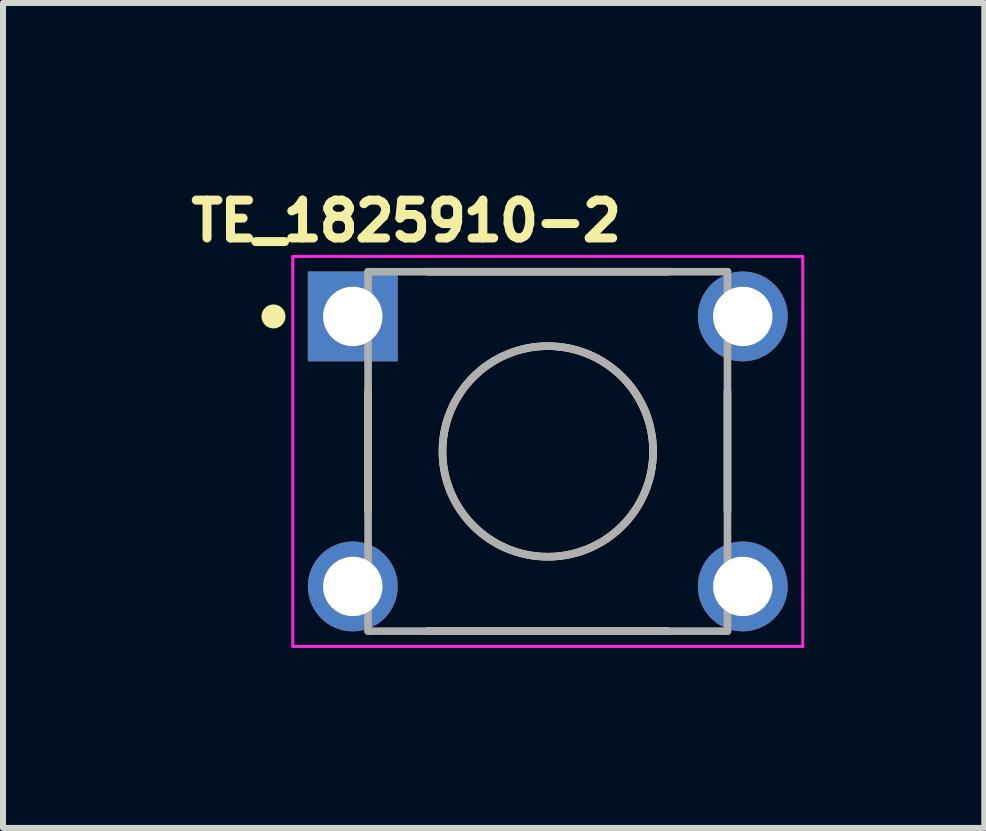
<source format=kicad_pcb>
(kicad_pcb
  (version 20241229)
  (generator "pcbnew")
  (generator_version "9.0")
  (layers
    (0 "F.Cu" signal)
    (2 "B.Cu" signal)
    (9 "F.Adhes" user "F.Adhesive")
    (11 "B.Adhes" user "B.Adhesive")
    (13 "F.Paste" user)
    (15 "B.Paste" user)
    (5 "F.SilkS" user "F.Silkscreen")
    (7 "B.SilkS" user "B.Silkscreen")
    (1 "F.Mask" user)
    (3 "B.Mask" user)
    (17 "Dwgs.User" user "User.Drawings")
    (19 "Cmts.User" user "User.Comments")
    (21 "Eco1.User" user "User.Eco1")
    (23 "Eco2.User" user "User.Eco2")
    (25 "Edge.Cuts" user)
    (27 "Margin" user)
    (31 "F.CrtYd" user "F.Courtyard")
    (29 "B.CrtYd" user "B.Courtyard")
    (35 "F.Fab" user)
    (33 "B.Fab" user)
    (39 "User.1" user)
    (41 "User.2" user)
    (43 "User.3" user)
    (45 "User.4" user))
  (footprint "TE_1825910-2"
    (layer "F.Cu")
    (at 2.83 2.224)
    (property "Reference" "TE_1825910-2" (at 0.891 -1.592 0) (layer "F.SilkS") (effects (font (size 0.631 0.631) (thickness 0.15))))
    (attr through_hole)
    (fp_line (start 0.255 1.25) (end 0.255 3.25) (stroke (width 0.127) (type solid)) (layer "F.SilkS"))
    (fp_line (start 1.25 -0.745) (end 5.25 -0.745) (stroke (width 0.127) (type solid)) (layer "F.SilkS"))
    (fp_line (start 5.25 5.245) (end 1.25 5.245) (stroke (width 0.127) (type solid)) (layer "F.SilkS"))
    (fp_line (start 6.245 1.25) (end 6.245 3.25) (stroke (width 0.127) (type solid)) (layer "F.SilkS"))
    (fp_circle (center -1.322 0) (end -1.222 0) (stroke (width 0.2) (type solid)) (fill no) (layer "F.SilkS"))
    (fp_circle (center 3.25 2.25) (end 5.005 2.25) (stroke (width 0.127) (type solid)) (fill no) (layer "F.SilkS"))
    (fp_line (start -1 -1) (end -1 5.5) (stroke (width 0.05) (type solid)) (layer "F.CrtYd"))
    (fp_line (start -1 5.5) (end 7.5 5.5) (stroke (width 0.05) (type solid)) (layer "F.CrtYd"))
    (fp_line (start 7.5 -1) (end -1 -1) (stroke (width 0.05) (type solid)) (layer "F.CrtYd"))
    (fp_line (start 7.5 5.5) (end 7.5 -1) (stroke (width 0.05) (type solid)) (layer "F.CrtYd"))
    (fp_line (start 0.255 -0.745) (end 0.255 5.245) (stroke (width 0.127) (type solid)) (layer "F.Fab"))
    (fp_line (start 0.255 5.245) (end 6.245 5.245) (stroke (width 0.127) (type solid)) (layer "F.Fab"))
    (fp_line (start 6.245 -0.745) (end 0.255 -0.745) (stroke (width 0.127) (type solid)) (layer "F.Fab"))
    (fp_line (start 6.245 5.245) (end 6.245 -0.745) (stroke (width 0.127) (type solid)) (layer "F.Fab"))
    (fp_circle (center 3.25 2.25) (end 5.005 2.25) (stroke (width 0.127) (type solid)) (fill no) (layer "F.Fab"))
    (pad "1" thru_hole rect (at 0 0) (size 1.498 1.498) (drill 0.99) (layers "*.Cu" "*.Mask"))
    (pad "2" thru_hole circle (at 6.5 0) (size 1.498 1.498) (drill 0.99) (layers "*.Cu" "*.Mask"))
    (pad "3" thru_hole circle (at 0 4.5) (size 1.498 1.498) (drill 0.99) (layers "*.Cu" "*.Mask"))
    (pad "4" thru_hole circle (at 6.5 4.5) (size 1.498 1.498) (drill 0.99) (layers "*.Cu" "*.Mask")))
  (gr_rect
    (start -3 -3)
    (end 13.355 10.749)
    (stroke (width 0.1) (type default))
    (fill no)
    (layer "Edge.Cuts")))
</source>
